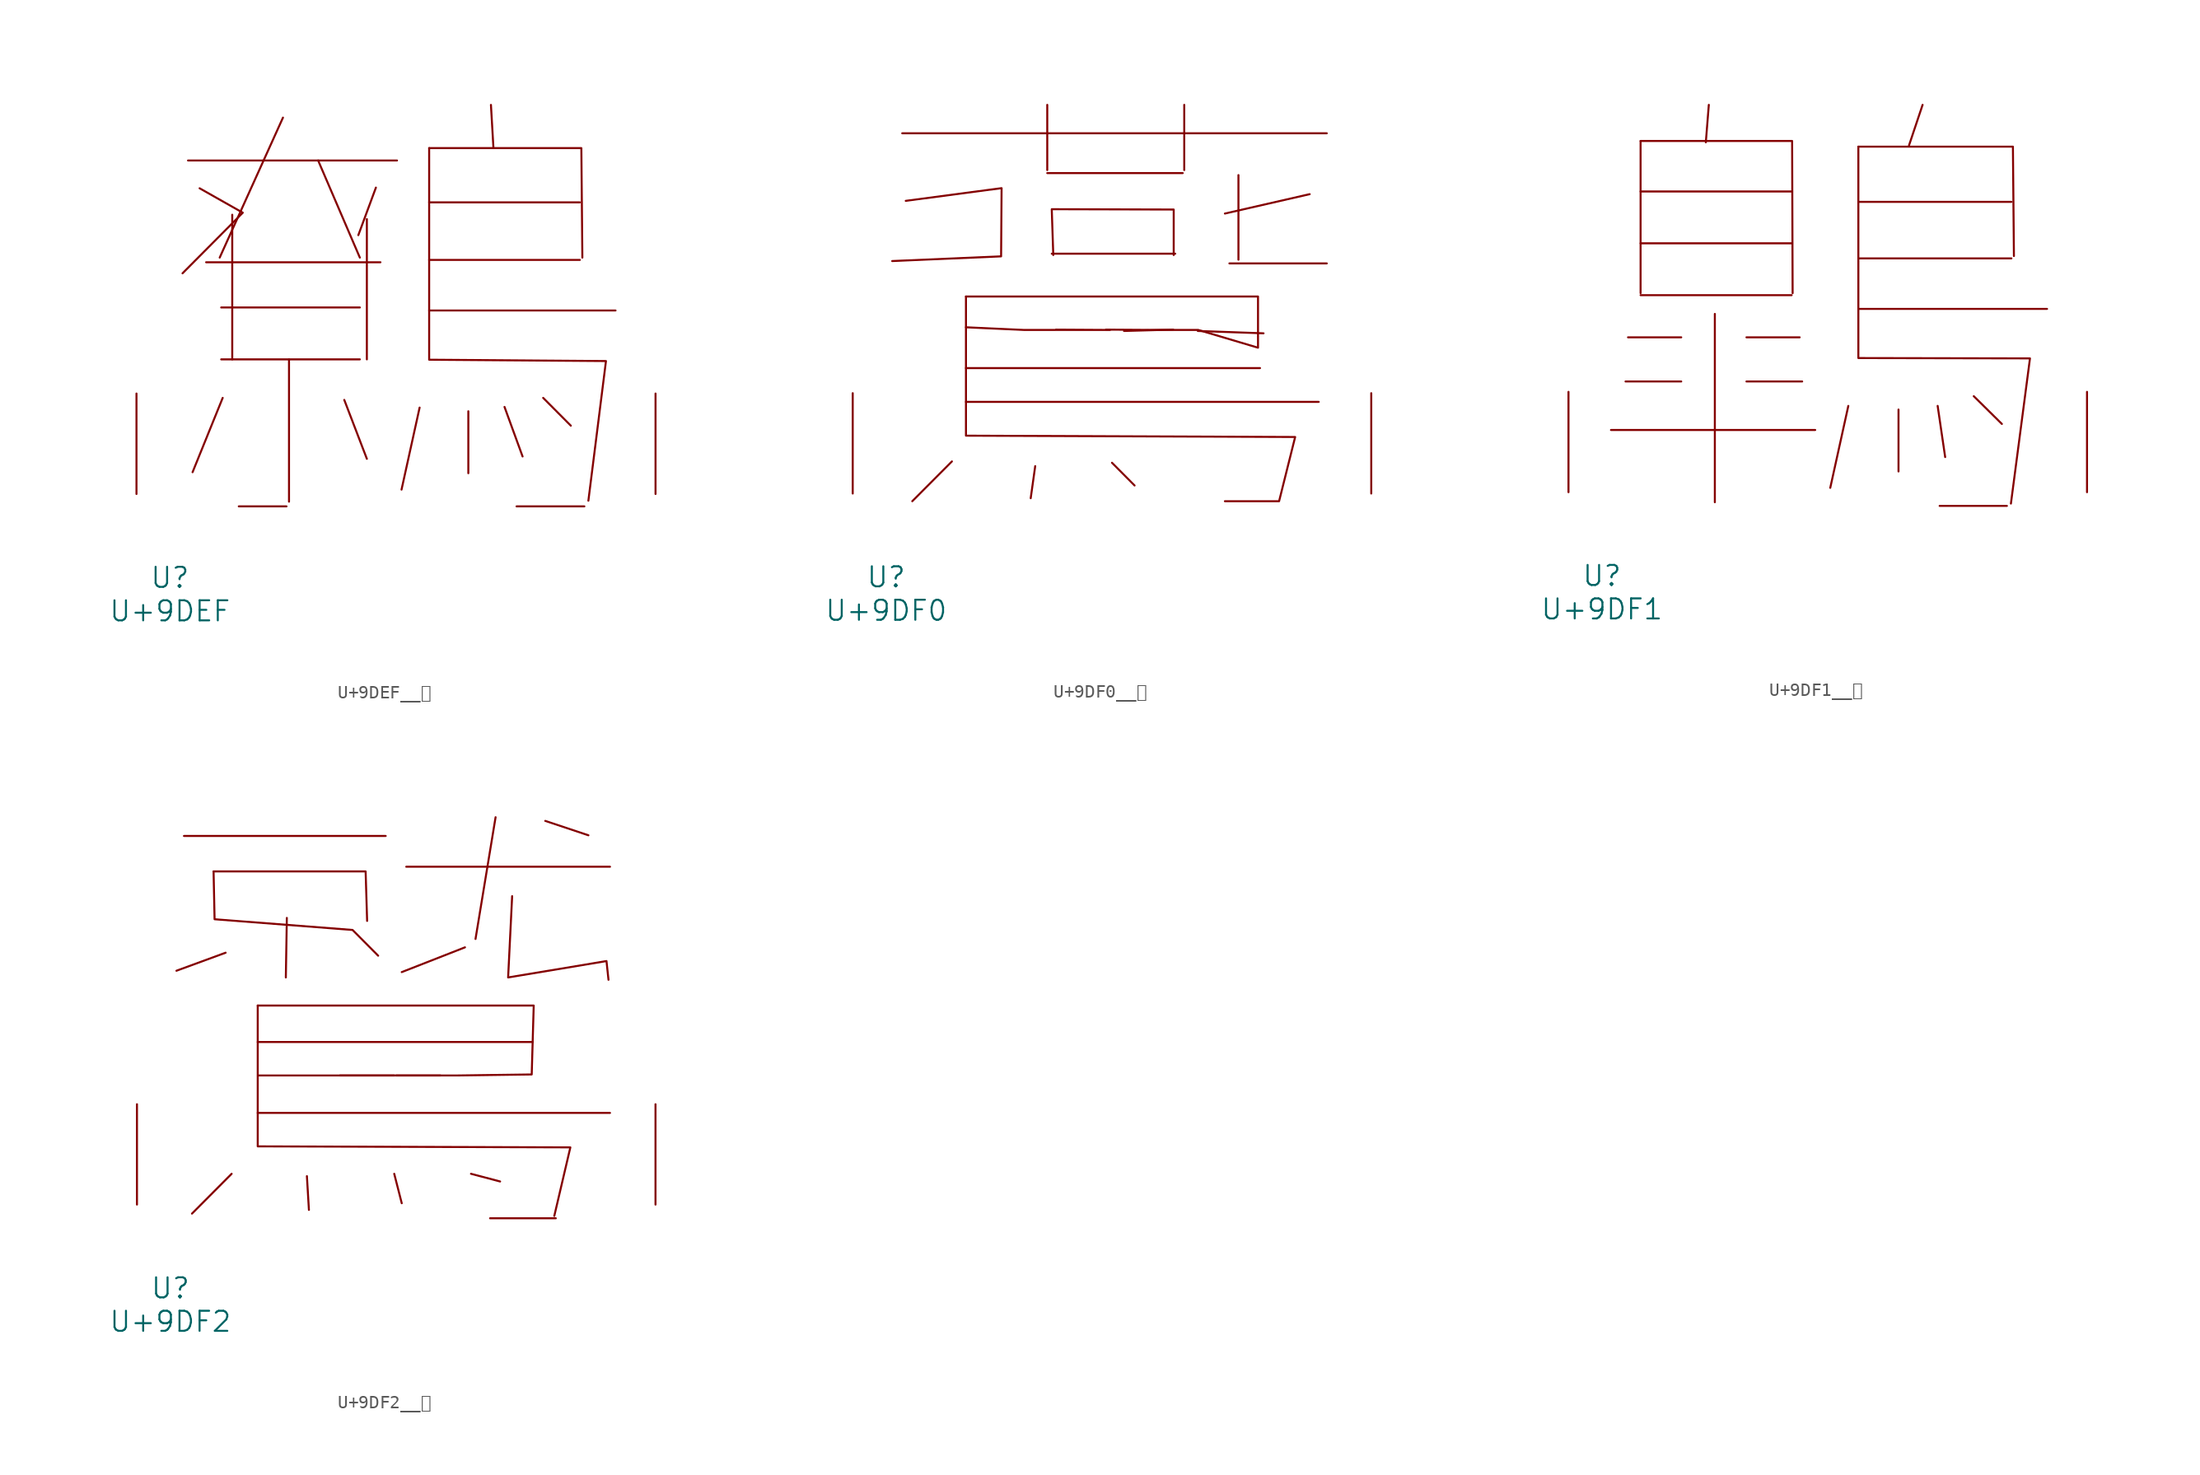
<source format=kicad_sym>
(kicad_symbol_lib
  (version 20231120)
  (generator "kicad_symbol_editor")
  (generator_version "8.0")
  (symbol "U+9DEF__鷯"
    (pin_names
      (offset 1.016))
    (property "Reference" "U"
      (at 0 -6.35 0)
      (effects (font (size 1.524 1.524))))
    (property "Value" "U+9DEF"
      (at 0 -8.89 0)
      (effects (font (size 1.524 1.524))))
    (symbol "U+9DEF__鷯_0_1"
      (polyline (pts (xy 1.372 25.298) (xy 17.221 25.298)) (stroke (width 0) (type solid)) (fill (type none)))
      (polyline (pts (xy 2.743 17.577) (xy 15.964 17.577)) (stroke (width 0) (type solid)) (fill (type none)))
      (polyline (pts (xy 3.886 10.211) (xy 14.402 10.211)) (stroke (width 0) (type solid)) (fill (type none)))
      (polyline (pts (xy 3.886 14.148) (xy 14.402 14.148)) (stroke (width 0) (type solid)) (fill (type none)))
      (polyline (pts (xy 4 7.29) (xy 1.714 1.651)) (stroke (width 0) (type solid)) (fill (type none)))
      (polyline (pts (xy 4.724 21.184) (xy 4.724 10.211)) (stroke (width 0) (type solid)) (fill (type none)))
      (polyline (pts (xy 5.22 -0.94) (xy 8.839 -0.94)) (stroke (width 0) (type solid)) (fill (type none)))
      (polyline (pts (xy 8.572 28.55) (xy 3.772 17.932)) (stroke (width 0) (type solid)) (fill (type none)))
      (polyline (pts (xy 9.03 10.211) (xy 9.03 -0.584)) (stroke (width 0) (type solid)) (fill (type none)))
      (polyline (pts (xy 11.239 25.298) (xy 14.402 17.932)) (stroke (width 0) (type solid)) (fill (type none)))
      (polyline (pts (xy 13.221 7.137) (xy 14.935 2.667)) (stroke (width 0) (type solid)) (fill (type none)))
      (polyline (pts (xy 14.935 20.853) (xy 14.935 10.211)) (stroke (width 0) (type solid)) (fill (type none)))
      (polyline (pts (xy 15.621 23.241) (xy 14.287 19.634)) (stroke (width 0) (type solid)) (fill (type none)))
      (polyline (pts (xy 18.936 6.553) (xy 17.564 0.33)) (stroke (width 0) (type solid)) (fill (type none)))
      (polyline (pts (xy 19.66 13.919) (xy 33.795 13.919)) (stroke (width 0) (type solid)) (fill (type none)))
      (polyline (pts (xy 19.66 17.755) (xy 31.09 17.755)) (stroke (width 0) (type solid)) (fill (type none)))
      (polyline (pts (xy 19.66 22.123) (xy 31.09 22.123)) (stroke (width 0) (type solid)) (fill (type none)))
      (polyline (pts (xy 22.631 6.274) (xy 22.631 1.575)) (stroke (width 0) (type solid)) (fill (type none)))
      (polyline (pts (xy 24.346 29.515) (xy 24.536 26.238)) (stroke (width 0) (type solid)) (fill (type none)))
      (polyline (pts (xy 25.375 6.604) (xy 26.746 2.845)) (stroke (width 0) (type solid)) (fill (type none)))
      (polyline (pts (xy 26.289 -0.94) (xy 31.433 -0.94)) (stroke (width 0) (type solid)) (fill (type none)))
      (polyline (pts (xy 28.308 7.29) (xy 30.404 5.182)) (stroke (width 0) (type solid)) (fill (type none)))
      (polyline (pts (xy 2.248 23.19) (xy 5.524 21.336) (xy 0.953 16.739)) (stroke (width 0) (type solid)) (fill (type none)))
      (polyline (pts (xy 19.66 26.238) (xy 31.204 26.238) (xy 31.28 17.932)) (stroke (width 0) (type solid)) (fill (type none)))
      (polyline (pts (xy 19.66 26.238) (xy 19.66 10.185) (xy 33.071 10.084) (xy 31.737 -0.508)) (stroke (width 0) (type solid)) (fill (type none)))
      (pin input line (at -2.54 0 90) (length 7.62) (name "~" (effects (font (size 1.27 1.27)))) (number "~" (effects (font (size 1.27 1.27)))))
      (pin input line (at 36.83 0 90) (length 7.62) (name "~" (effects (font (size 1.27 1.27)))) (number "~" (effects (font (size 1.27 1.27)))))))
  (symbol "U+9DF0__鷰"
    (pin_names
      (offset 1.016))
    (property "Reference" "U"
      (at 0 -6.35 0)
      (effects (font (size 1.524 1.524))))
    (property "Value" "U+9DF0"
      (at 0 -8.89 0)
      (effects (font (size 1.524 1.524))))
    (symbol "U+9DF0__鷰_0_1"
      (polyline (pts (xy 1.219 27.356) (xy 33.452 27.356)) (stroke (width 0) (type solid)) (fill (type none)))
      (polyline (pts (xy 4.991 2.438) (xy 1.981 -0.584)) (stroke (width 0) (type solid)) (fill (type none)))
      (polyline (pts (xy 6.058 6.96) (xy 32.842 6.96)) (stroke (width 0) (type solid)) (fill (type none)))
      (polyline (pts (xy 6.058 9.525) (xy 28.384 9.525)) (stroke (width 0) (type solid)) (fill (type none)))
      (polyline (pts (xy 11.316 2.083) (xy 10.973 -0.356)) (stroke (width 0) (type solid)) (fill (type none)))
      (polyline (pts (xy 12.23 24.333) (xy 22.517 24.333)) (stroke (width 0) (type solid)) (fill (type none)))
      (polyline (pts (xy 12.23 29.515) (xy 12.23 24.562)) (stroke (width 0) (type solid)) (fill (type none)))
      (polyline (pts (xy 12.573 18.212) (xy 21.946 18.212)) (stroke (width 0) (type solid)) (fill (type none)))
      (polyline (pts (xy 12.573 21.539) (xy 12.687 18.11)) (stroke (width 0) (type solid)) (fill (type none)))
      (polyline (pts (xy 17.145 2.337) (xy 18.86 0.61)) (stroke (width 0) (type solid)) (fill (type none)))
      (polyline (pts (xy 18.059 12.344) (xy 21.793 12.446)) (stroke (width 0) (type solid)) (fill (type none)))
      (polyline (pts (xy 22.631 29.515) (xy 22.631 24.562)) (stroke (width 0) (type solid)) (fill (type none)))
      (polyline (pts (xy 23.66 12.344) (xy 28.651 12.167)) (stroke (width 0) (type solid)) (fill (type none)))
      (polyline (pts (xy 26.06 17.475) (xy 33.452 17.475)) (stroke (width 0) (type solid)) (fill (type none)))
      (polyline (pts (xy 26.746 24.181) (xy 26.746 17.755)) (stroke (width 0) (type solid)) (fill (type none)))
      (polyline (pts (xy 32.156 22.733) (xy 25.718 21.26)) (stroke (width 0) (type solid)) (fill (type none)))
      (polyline (pts (xy 12.573 21.59) (xy 21.831 21.565) (xy 21.831 18.11)) (stroke (width 0) (type solid)) (fill (type none)))
      (polyline (pts (xy 1.486 22.225) (xy 8.763 23.19) (xy 8.725 18.009) (xy 0.457 17.653)) (stroke (width 0) (type solid)) (fill (type none)))
      (polyline (pts (xy 6.058 12.624) (xy 10.477 12.421) (xy 13.716 12.421) (xy 16.993 12.421) (xy 12.878 12.446)) (stroke (width 0) (type solid)) (fill (type none)))
      (polyline (pts (xy 6.058 14.961) (xy 6.058 4.394) (xy 31.052 4.293) (xy 29.832 -0.584) (xy 25.718 -0.584)) (stroke (width 0) (type solid)) (fill (type none)))
      (polyline (pts (xy 6.058 14.961) (xy 28.232 14.961) (xy 28.232 11.074) (xy 23.698 12.421) (xy 20.498 12.421) (xy 16.688 12.446)) (stroke (width 0) (type solid)) (fill (type none)))
      (pin input line (at -2.54 0 90) (length 7.62) (name "~" (effects (font (size 1.27 1.27)))) (number "~" (effects (font (size 1.27 1.27)))))
      (pin input line (at 36.83 0 90) (length 7.62) (name "~" (effects (font (size 1.27 1.27)))) (number "~" (effects (font (size 1.27 1.27)))))))
  (symbol "U+9DF1__鷱"
    (pin_names
      (offset 1.016))
    (property "Reference" "U"
      (at 0 -6.35 0)
      (effects (font (size 1.524 1.524))))
    (property "Value" "U+9DF1"
      (at 0 -8.89 0)
      (effects (font (size 1.524 1.524))))
    (symbol "U+9DF1__鷱_0_1"
      (polyline (pts (xy 0.686 4.724) (xy 16.192 4.724)) (stroke (width 0) (type solid)) (fill (type none)))
      (polyline (pts (xy 1.791 8.407) (xy 6.02 8.407)) (stroke (width 0) (type solid)) (fill (type none)))
      (polyline (pts (xy 1.981 11.76) (xy 6.02 11.76)) (stroke (width 0) (type solid)) (fill (type none)))
      (polyline (pts (xy 2.934 14.961) (xy 14.402 14.961)) (stroke (width 0) (type solid)) (fill (type none)))
      (polyline (pts (xy 2.934 18.898) (xy 14.402 18.898)) (stroke (width 0) (type solid)) (fill (type none)))
      (polyline (pts (xy 2.934 22.835) (xy 14.402 22.835)) (stroke (width 0) (type solid)) (fill (type none)))
      (polyline (pts (xy 2.934 26.67) (xy 2.934 15.113)) (stroke (width 0) (type solid)) (fill (type none)))
      (polyline (pts (xy 8.115 29.413) (xy 7.887 26.568)) (stroke (width 0) (type solid)) (fill (type none)))
      (polyline (pts (xy 8.572 13.538) (xy 8.572 -0.762)) (stroke (width 0) (type solid)) (fill (type none)))
      (polyline (pts (xy 10.973 8.407) (xy 15.202 8.407)) (stroke (width 0) (type solid)) (fill (type none)))
      (polyline (pts (xy 10.973 11.76) (xy 15.011 11.76)) (stroke (width 0) (type solid)) (fill (type none)))
      (polyline (pts (xy 18.707 6.553) (xy 17.335 0.33)) (stroke (width 0) (type solid)) (fill (type none)))
      (polyline (pts (xy 19.469 13.919) (xy 33.795 13.919)) (stroke (width 0) (type solid)) (fill (type none)))
      (polyline (pts (xy 19.469 17.755) (xy 31.09 17.755)) (stroke (width 0) (type solid)) (fill (type none)))
      (polyline (pts (xy 19.469 22.047) (xy 31.09 22.047)) (stroke (width 0) (type solid)) (fill (type none)))
      (polyline (pts (xy 22.517 6.274) (xy 22.517 1.575)) (stroke (width 0) (type solid)) (fill (type none)))
      (polyline (pts (xy 24.346 29.413) (xy 23.317 26.34)) (stroke (width 0) (type solid)) (fill (type none)))
      (polyline (pts (xy 25.489 6.553) (xy 26.06 2.667)) (stroke (width 0) (type solid)) (fill (type none)))
      (polyline (pts (xy 25.641 -1.041) (xy 30.747 -1.041)) (stroke (width 0) (type solid)) (fill (type none)))
      (polyline (pts (xy 28.232 7.29) (xy 30.366 5.182)) (stroke (width 0) (type solid)) (fill (type none)))
      (polyline (pts (xy 2.934 26.67) (xy 14.44 26.67) (xy 14.478 15.113)) (stroke (width 0) (type solid)) (fill (type none)))
      (polyline (pts (xy 19.469 26.238) (xy 31.204 26.238) (xy 31.28 17.932)) (stroke (width 0) (type solid)) (fill (type none)))
      (polyline (pts (xy 19.469 26.238) (xy 19.469 10.185) (xy 32.499 10.16) (xy 31.052 -0.864)) (stroke (width 0) (type solid)) (fill (type none)))
      (pin input line (at -2.54 0 90) (length 7.62) (name "~" (effects (font (size 1.27 1.27)))) (number "~" (effects (font (size 1.27 1.27)))))
      (pin input line (at 36.83 0 90) (length 7.62) (name "~" (effects (font (size 1.27 1.27)))) (number "~" (effects (font (size 1.27 1.27)))))))
  (symbol "U+9DF2__鷲"
    (pin_names
      (offset 1.016))
    (property "Reference" "U"
      (at 0 -6.35 0)
      (effects (font (size 1.524 1.524))))
    (property "Value" "U+9DF2"
      (at 0 -8.89 0)
      (effects (font (size 1.524 1.524))))
    (symbol "U+9DF2__鷲_0_1"
      (polyline (pts (xy 1.029 27.991) (xy 16.345 27.991)) (stroke (width 0) (type solid)) (fill (type none)))
      (polyline (pts (xy 4.191 19.126) (xy 0.457 17.755)) (stroke (width 0) (type solid)) (fill (type none)))
      (polyline (pts (xy 4.648 2.337) (xy 1.638 -0.686)) (stroke (width 0) (type solid)) (fill (type none)))
      (polyline (pts (xy 6.629 6.96) (xy 33.376 6.96)) (stroke (width 0) (type solid)) (fill (type none)))
      (polyline (pts (xy 6.629 12.344) (xy 27.508 12.344)) (stroke (width 0) (type solid)) (fill (type none)))
      (polyline (pts (xy 8.839 21.768) (xy 8.763 17.247)) (stroke (width 0) (type solid)) (fill (type none)))
      (polyline (pts (xy 10.363 2.159) (xy 10.516 -0.406)) (stroke (width 0) (type solid)) (fill (type none)))
      (polyline (pts (xy 16.993 2.337) (xy 17.564 0.102)) (stroke (width 0) (type solid)) (fill (type none)))
      (polyline (pts (xy 16.993 9.804) (xy 12.878 9.804)) (stroke (width 0) (type solid)) (fill (type none)))
      (polyline (pts (xy 17.907 25.654) (xy 33.376 25.654)) (stroke (width 0) (type solid)) (fill (type none)))
      (polyline (pts (xy 22.365 19.533) (xy 17.564 17.653)) (stroke (width 0) (type solid)) (fill (type none)))
      (polyline (pts (xy 22.822 2.337) (xy 25.032 1.753)) (stroke (width 0) (type solid)) (fill (type none)))
      (polyline (pts (xy 24.27 -1.041) (xy 29.261 -1.041)) (stroke (width 0) (type solid)) (fill (type none)))
      (polyline (pts (xy 24.689 29.413) (xy 23.165 20.168)) (stroke (width 0) (type solid)) (fill (type none)))
      (polyline (pts (xy 28.461 29.134) (xy 31.737 28.042)) (stroke (width 0) (type solid)) (fill (type none)))
      (polyline (pts (xy 3.277 25.298) (xy 14.821 25.298) (xy 14.935 21.539)) (stroke (width 0) (type solid)) (fill (type none)))
      (polyline (pts (xy 3.277 25.298) (xy 3.353 21.666) (xy 13.83 20.853) (xy 15.773 18.898)) (stroke (width 0) (type solid)) (fill (type none)))
      (polyline (pts (xy 6.629 15.113) (xy 6.629 4.42) (xy 30.366 4.343) (xy 29.146 -0.864)) (stroke (width 0) (type solid)) (fill (type none)))
      (polyline (pts (xy 25.946 23.419) (xy 25.641 17.247) (xy 33.109 18.491) (xy 33.261 17.069)) (stroke (width 0) (type solid)) (fill (type none)))
      (polyline (pts (xy 6.629 15.113) (xy 27.584 15.113) (xy 27.432 9.881) (xy 21.793 9.804) (xy 17.145 9.804)) (stroke (width 0) (type solid)) (fill (type none)))
      (polyline (pts (xy 11.43 9.804) (xy 6.706 9.804) (xy 12.002 9.804) (xy 16.307 9.804) (xy 20.498 9.804)) (stroke (width 0) (type solid)) (fill (type none)))
      (pin input line (at -2.54 0 90) (length 7.62) (name "~" (effects (font (size 1.27 1.27)))) (number "~" (effects (font (size 1.27 1.27)))))
      (pin input line (at 36.83 0 90) (length 7.62) (name "~" (effects (font (size 1.27 1.27)))) (number "~" (effects (font (size 1.27 1.27))))))))
</source>
